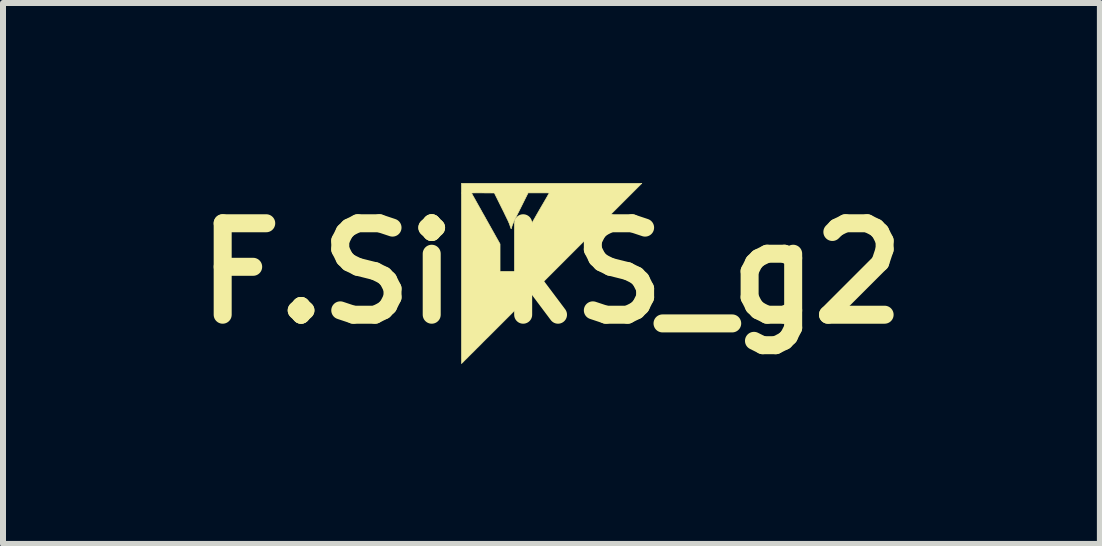
<source format=kicad_pcb>
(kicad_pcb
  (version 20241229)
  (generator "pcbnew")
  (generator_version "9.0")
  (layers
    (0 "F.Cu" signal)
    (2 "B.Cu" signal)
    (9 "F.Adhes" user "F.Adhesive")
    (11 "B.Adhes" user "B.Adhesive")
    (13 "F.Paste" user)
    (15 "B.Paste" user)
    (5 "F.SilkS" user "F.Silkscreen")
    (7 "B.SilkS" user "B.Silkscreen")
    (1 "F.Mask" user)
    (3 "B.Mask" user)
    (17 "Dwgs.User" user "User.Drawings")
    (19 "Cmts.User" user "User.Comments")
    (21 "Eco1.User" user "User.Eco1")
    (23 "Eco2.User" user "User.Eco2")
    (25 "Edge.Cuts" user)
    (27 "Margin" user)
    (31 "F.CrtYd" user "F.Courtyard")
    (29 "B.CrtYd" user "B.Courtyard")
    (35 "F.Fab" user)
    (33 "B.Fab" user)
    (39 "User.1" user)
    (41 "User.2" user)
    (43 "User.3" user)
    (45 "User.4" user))
  (footprint "F.SilkS_g2"
    (layer "F.Cu")
    (at 6.14 1.505)
    (property "Reference" "F.SilkS_g2" (at 0 0 0) (layer "F.SilkS") (effects (font (size 1.524 1.524) (thickness 0.3))))
    (attr through_hole)
    (fp_poly (pts (xy 0.004 0.002) (xy -0.088 0.094) (xy -0.178 0.184) (xy -0.266 0.272) (xy -0.353 0.359) (xy -0.438 0.444) (xy -0.521 0.527) (xy -0.602 0.608) (xy -0.68 0.686) (xy -0.756 0.762) (xy -0.829 0.835) (xy -0.899 0.905) (xy -0.966 0.972) (xy -1.03 1.036) (xy -1.091 1.096) (xy -1.148 1.153) (xy -1.201 1.207) (xy -1.251 1.256) (xy -1.296 1.302) (xy -1.338 1.343) (xy -1.375 1.38) (xy -1.407 1.413) (xy -1.435 1.44) (xy -1.458 1.463) (xy -1.476 1.482) (xy -1.489 1.494) (xy -1.497 1.502) (xy -1.499 1.504) (xy -1.499 1.5) (xy -1.499 1.489) (xy -1.499 1.47) (xy -1.499 1.444) (xy -1.5 1.411) (xy -1.5 1.371) (xy -1.5 1.325) (xy -1.5 1.273) (xy -1.5 1.216) (xy -1.5 1.153) (xy -1.5 1.085) (xy -1.5 1.011) (xy -1.5 0.933) (xy -1.5 0.851) (xy -1.5 0.765) (xy -1.5 0.675) (xy -1.5 0.581) (xy -1.5 0.484) (xy -1.5 0.384) (xy -1.5 0.281) (xy -1.5 0.175) (xy -1.5 0.068) (xy -1.5 -1.338) (xy -1.333 -1.338) (xy -1.331 -1.334) (xy -1.325 -1.324) (xy -1.316 -1.308) (xy -1.304 -1.286) (xy -1.288 -1.258) (xy -1.27 -1.226) (xy -1.25 -1.19) (xy -1.227 -1.149) (xy -1.203 -1.106) (xy -1.176 -1.058) (xy -1.149 -1.009) (xy -1.119 -0.957) (xy -1.094 -0.912) (xy -0.857 -0.489) (xy -0.857 -0.032) (xy -0.524 -0.032) (xy -0.524 -0.497) (xy -0.281 -0.916) (xy -0.251 -0.969) (xy -0.221 -1.021) (xy -0.193 -1.07) (xy -0.166 -1.116) (xy -0.141 -1.159) (xy -0.118 -1.198) (xy -0.098 -1.233) (xy -0.08 -1.264) (xy -0.065 -1.291) (xy -0.053 -1.312) (xy -0.044 -1.327) (xy -0.038 -1.336) (xy -0.037 -1.338) (xy -0.04 -1.339) (xy -0.051 -1.34) (xy -0.068 -1.34) (xy -0.091 -1.341) (xy -0.118 -1.341) (xy -0.149 -1.341) (xy -0.184 -1.341) (xy -0.212 -1.341) (xy -0.389 -1.341) (xy -0.513 -1.092) (xy -0.539 -1.04) (xy -0.562 -0.995) (xy -0.581 -0.956) (xy -0.598 -0.922) (xy -0.612 -0.893) (xy -0.624 -0.868) (xy -0.634 -0.847) (xy -0.641 -0.829) (xy -0.648 -0.814) (xy -0.653 -0.8) (xy -0.657 -0.789) (xy -0.66 -0.778) (xy -0.662 -0.768) (xy -0.663 -0.765) (xy -0.666 -0.753) (xy -0.67 -0.745) (xy -0.672 -0.743) (xy -0.675 -0.747) (xy -0.679 -0.758) (xy -0.684 -0.772) (xy -0.69 -0.79) (xy -0.69 -0.792) (xy -0.694 -0.802) (xy -0.698 -0.814) (xy -0.703 -0.828) (xy -0.71 -0.844) (xy -0.718 -0.862) (xy -0.728 -0.885) (xy -0.741 -0.911) (xy -0.756 -0.942) (xy -0.773 -0.977) (xy -0.793 -1.019) (xy -0.817 -1.067) (xy -0.828 -1.089) (xy -0.952 -1.339) (xy -1.143 -1.34) (xy -1.181 -1.341) (xy -1.216 -1.341) (xy -1.249 -1.341) (xy -1.277 -1.34) (xy -1.3 -1.34) (xy -1.317 -1.339) (xy -1.329 -1.339) (xy -1.333 -1.338) (xy -1.333 -1.338) (xy -1.5 -1.338) (xy -1.5 -1.5) (xy 1.506 -1.5) (xy 0.004 0.002)) (stroke (width 0.01) (type solid)) (fill yes) (layer "F.SilkS")))
  (gr_rect
    (start -3 -3)
    (end 15.279 6.014)
    (stroke (width 0.1) (type default))
    (fill no)
    (layer "Edge.Cuts")))
</source>
